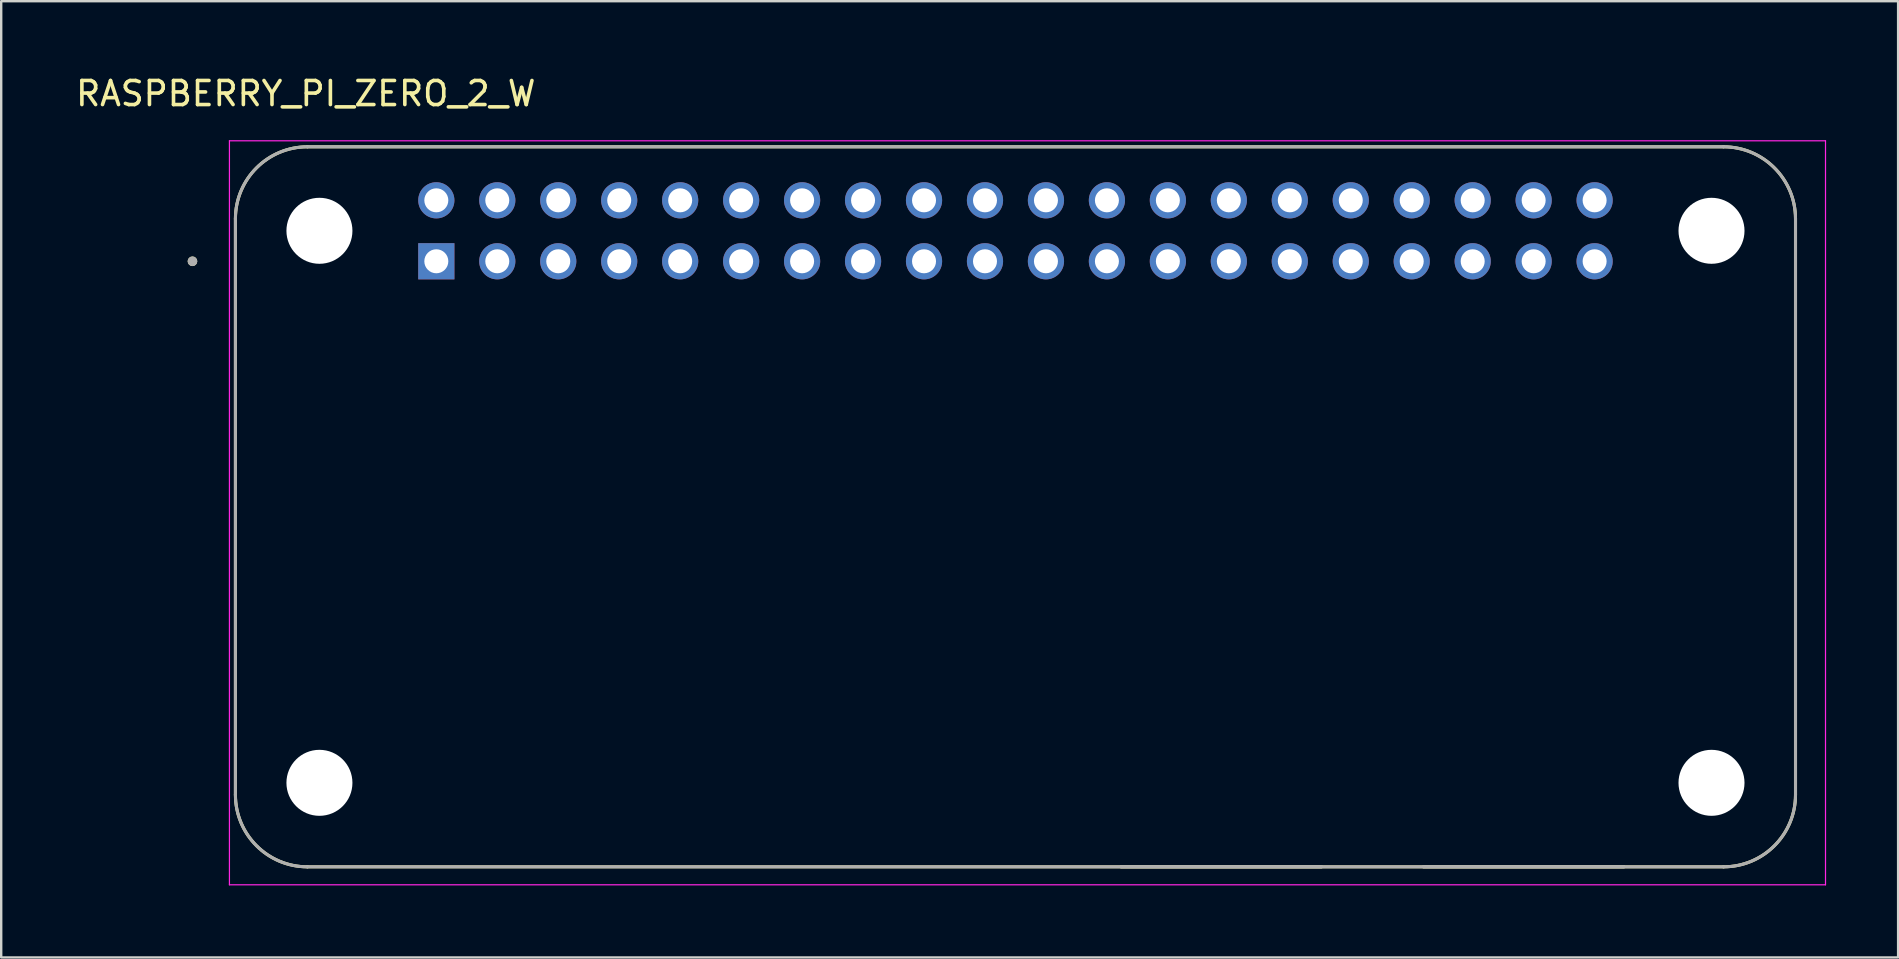
<source format=kicad_pcb>
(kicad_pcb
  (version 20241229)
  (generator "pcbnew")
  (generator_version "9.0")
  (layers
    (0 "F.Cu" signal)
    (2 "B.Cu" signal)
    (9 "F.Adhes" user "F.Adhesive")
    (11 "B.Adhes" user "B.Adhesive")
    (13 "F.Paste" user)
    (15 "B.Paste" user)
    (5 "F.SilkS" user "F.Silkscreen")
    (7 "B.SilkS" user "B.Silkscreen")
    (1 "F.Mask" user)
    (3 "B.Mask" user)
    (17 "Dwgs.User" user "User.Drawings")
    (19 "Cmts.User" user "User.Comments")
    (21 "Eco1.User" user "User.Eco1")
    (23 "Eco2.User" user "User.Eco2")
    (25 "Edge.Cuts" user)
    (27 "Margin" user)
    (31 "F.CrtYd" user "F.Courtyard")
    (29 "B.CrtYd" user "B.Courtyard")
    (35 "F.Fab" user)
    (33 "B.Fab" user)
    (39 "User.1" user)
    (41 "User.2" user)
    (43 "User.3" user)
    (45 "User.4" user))
  (footprint "RASPBERRY_PI_ZERO_2_W"
    (layer "F.Cu")
    (at 39.259 18.066)
    (property "Reference" "RASPBERRY_PI_ZERO_2_W" (at -29.569 -17.216 0) (layer "F.SilkS") (effects (font (size 1.002 1.002) (thickness 0.15))))
    (attr through_hole)
    (fp_line (start -32.5 -12) (end -32.5 12) (stroke (width 0.127) (type solid)) (layer "F.SilkS"))
    (fp_line (start -29.5 15) (end 29.5 15) (stroke (width 0.127) (type solid)) (layer "F.SilkS"))
    (fp_line (start 4.4 15) (end 12.75 15) (stroke (width 0.127) (type solid)) (layer "F.SilkS"))
    (fp_line (start 17 15) (end 25.35 15) (stroke (width 0.127) (type solid)) (layer "F.SilkS"))
    (fp_line (start 29.5 -15) (end -29.5 -15) (stroke (width 0.127) (type solid)) (layer "F.SilkS"))
    (fp_line (start 32.5 12) (end 32.5 -12) (stroke (width 0.127) (type solid)) (layer "F.SilkS"))
    (fp_arc (start -32.5 -12) (mid -31.62132 -14.12132) (end -29.5 -15) (stroke (width 0.127) (type solid)) (layer "F.SilkS"))
    (fp_arc (start -29.5 15) (mid -31.62132 14.12132) (end -32.5 12) (stroke (width 0.127) (type solid)) (layer "F.SilkS"))
    (fp_arc (start 29.5 -15) (mid 31.62132 -14.12132) (end 32.5 -12) (stroke (width 0.127) (type solid)) (layer "F.SilkS"))
    (fp_arc (start 32.5 12) (mid 31.62132 14.12132) (end 29.5 15) (stroke (width 0.127) (type solid)) (layer "F.SilkS"))
    (fp_circle (center -34.29 -10.23) (end -34.19 -10.23) (stroke (width 0.2) (type solid)) (fill no) (layer "F.SilkS"))
    (fp_line (start -32.75 -15.25) (end 33.75 -15.25) (stroke (width 0.05) (type solid)) (layer "F.CrtYd"))
    (fp_line (start -32.75 15.75) (end -32.75 -15.25) (stroke (width 0.05) (type solid)) (layer "F.CrtYd"))
    (fp_line (start 33.75 -15.25) (end 33.75 15.75) (stroke (width 0.05) (type solid)) (layer "F.CrtYd"))
    (fp_line (start 33.75 15.75) (end -32.75 15.75) (stroke (width 0.05) (type solid)) (layer "F.CrtYd"))
    (fp_line (start -32.5 -12) (end -32.5 12) (stroke (width 0.127) (type solid)) (layer "F.Fab"))
    (fp_line (start -29.5 15) (end 29.5 15) (stroke (width 0.127) (type solid)) (layer "F.Fab"))
    (fp_line (start 4.4 15) (end 12.75 15) (stroke (width 0.127) (type solid)) (layer "F.Fab"))
    (fp_line (start 17 15) (end 25.35 15) (stroke (width 0.127) (type solid)) (layer "F.Fab"))
    (fp_line (start 29.5 -15) (end -29.5 -15) (stroke (width 0.127) (type solid)) (layer "F.Fab"))
    (fp_line (start 32.5 12) (end 32.5 -12) (stroke (width 0.127) (type solid)) (layer "F.Fab"))
    (fp_arc (start -32.5 -12) (mid -31.62132 -14.12132) (end -29.5 -15) (stroke (width 0.127) (type solid)) (layer "F.Fab"))
    (fp_arc (start -29.5 15) (mid -31.62132 14.12132) (end -32.5 12) (stroke (width 0.127) (type solid)) (layer "F.Fab"))
    (fp_arc (start 29.5 -15) (mid 31.62132 -14.12132) (end 32.5 -12) (stroke (width 0.127) (type solid)) (layer "F.Fab"))
    (fp_arc (start 32.5 12) (mid 31.62132 14.12132) (end 29.5 15) (stroke (width 0.127) (type solid)) (layer "F.Fab"))
    (fp_circle (center -34.29 -10.23) (end -34.19 -10.23) (stroke (width 0.2) (type solid)) (fill no) (layer "F.Fab"))
    (pad "" np_thru_hole circle (at -29 -11.5) (size 2.75 2.75) (drill 2.75) (layers "*.Cu" "*.Mask"))
    (pad "" np_thru_hole circle (at -29 11.5) (size 2.75 2.75) (drill 2.75) (layers "*.Cu" "*.Mask"))
    (pad "" np_thru_hole circle (at 29 -11.5) (size 2.75 2.75) (drill 2.75) (layers "*.Cu" "*.Mask"))
    (pad "" np_thru_hole circle (at 29 11.5) (size 2.75 2.75) (drill 2.75) (layers "*.Cu" "*.Mask"))
    (pad "1" thru_hole rect (at -24.13 -10.23) (size 1.508 1.508) (drill 1) (layers "*.Cu" "*.Mask"))
    (pad "2" thru_hole circle (at -24.13 -12.77) (size 1.508 1.508) (drill 1) (layers "*.Cu" "*.Mask"))
    (pad "3" thru_hole circle (at -21.59 -10.23) (size 1.508 1.508) (drill 1) (layers "*.Cu" "*.Mask"))
    (pad "4" thru_hole circle (at -21.59 -12.77) (size 1.508 1.508) (drill 1) (layers "*.Cu" "*.Mask"))
    (pad "5" thru_hole circle (at -19.05 -10.23) (size 1.508 1.508) (drill 1) (layers "*.Cu" "*.Mask"))
    (pad "6" thru_hole circle (at -19.05 -12.77) (size 1.508 1.508) (drill 1) (layers "*.Cu" "*.Mask"))
    (pad "7" thru_hole circle (at -16.51 -10.23) (size 1.508 1.508) (drill 1) (layers "*.Cu" "*.Mask"))
    (pad "8" thru_hole circle (at -16.51 -12.77) (size 1.508 1.508) (drill 1) (layers "*.Cu" "*.Mask"))
    (pad "9" thru_hole circle (at -13.97 -10.23) (size 1.508 1.508) (drill 1) (layers "*.Cu" "*.Mask"))
    (pad "10" thru_hole circle (at -13.97 -12.77) (size 1.508 1.508) (drill 1) (layers "*.Cu" "*.Mask"))
    (pad "11" thru_hole circle (at -11.43 -10.23) (size 1.508 1.508) (drill 1) (layers "*.Cu" "*.Mask"))
    (pad "12" thru_hole circle (at -11.43 -12.77) (size 1.508 1.508) (drill 1) (layers "*.Cu" "*.Mask"))
    (pad "13" thru_hole circle (at -8.89 -10.23) (size 1.508 1.508) (drill 1) (layers "*.Cu" "*.Mask"))
    (pad "14" thru_hole circle (at -8.89 -12.77) (size 1.508 1.508) (drill 1) (layers "*.Cu" "*.Mask"))
    (pad "15" thru_hole circle (at -6.35 -10.23) (size 1.508 1.508) (drill 1) (layers "*.Cu" "*.Mask"))
    (pad "16" thru_hole circle (at -6.35 -12.77) (size 1.508 1.508) (drill 1) (layers "*.Cu" "*.Mask"))
    (pad "17" thru_hole circle (at -3.81 -10.23) (size 1.508 1.508) (drill 1) (layers "*.Cu" "*.Mask"))
    (pad "18" thru_hole circle (at -3.81 -12.77) (size 1.508 1.508) (drill 1) (layers "*.Cu" "*.Mask"))
    (pad "19" thru_hole circle (at -1.27 -10.23) (size 1.508 1.508) (drill 1) (layers "*.Cu" "*.Mask"))
    (pad "20" thru_hole circle (at -1.27 -12.77) (size 1.508 1.508) (drill 1) (layers "*.Cu" "*.Mask"))
    (pad "21" thru_hole circle (at 1.27 -10.23) (size 1.508 1.508) (drill 1) (layers "*.Cu" "*.Mask"))
    (pad "22" thru_hole circle (at 1.27 -12.77) (size 1.508 1.508) (drill 1) (layers "*.Cu" "*.Mask"))
    (pad "23" thru_hole circle (at 3.81 -10.23) (size 1.508 1.508) (drill 1) (layers "*.Cu" "*.Mask"))
    (pad "24" thru_hole circle (at 3.81 -12.77) (size 1.508 1.508) (drill 1) (layers "*.Cu" "*.Mask"))
    (pad "25" thru_hole circle (at 6.35 -10.23) (size 1.508 1.508) (drill 1) (layers "*.Cu" "*.Mask"))
    (pad "26" thru_hole circle (at 6.35 -12.77) (size 1.508 1.508) (drill 1) (layers "*.Cu" "*.Mask"))
    (pad "27" thru_hole circle (at 8.89 -10.23) (size 1.508 1.508) (drill 1) (layers "*.Cu" "*.Mask"))
    (pad "28" thru_hole circle (at 8.89 -12.77) (size 1.508 1.508) (drill 1) (layers "*.Cu" "*.Mask"))
    (pad "29" thru_hole circle (at 11.43 -10.23) (size 1.508 1.508) (drill 1) (layers "*.Cu" "*.Mask"))
    (pad "30" thru_hole circle (at 11.43 -12.77) (size 1.508 1.508) (drill 1) (layers "*.Cu" "*.Mask"))
    (pad "31" thru_hole circle (at 13.97 -10.23) (size 1.508 1.508) (drill 1) (layers "*.Cu" "*.Mask"))
    (pad "32" thru_hole circle (at 13.97 -12.77) (size 1.508 1.508) (drill 1) (layers "*.Cu" "*.Mask"))
    (pad "33" thru_hole circle (at 16.51 -10.23) (size 1.508 1.508) (drill 1) (layers "*.Cu" "*.Mask"))
    (pad "34" thru_hole circle (at 16.51 -12.77) (size 1.508 1.508) (drill 1) (layers "*.Cu" "*.Mask"))
    (pad "35" thru_hole circle (at 19.05 -10.23) (size 1.508 1.508) (drill 1) (layers "*.Cu" "*.Mask"))
    (pad "36" thru_hole circle (at 19.05 -12.77) (size 1.508 1.508) (drill 1) (layers "*.Cu" "*.Mask"))
    (pad "37" thru_hole circle (at 21.59 -10.23) (size 1.508 1.508) (drill 1) (layers "*.Cu" "*.Mask"))
    (pad "38" thru_hole circle (at 21.59 -12.77) (size 1.508 1.508) (drill 1) (layers "*.Cu" "*.Mask"))
    (pad "39" thru_hole circle (at 24.13 -10.23) (size 1.508 1.508) (drill 1) (layers "*.Cu" "*.Mask"))
    (pad "40" thru_hole circle (at 24.13 -12.77) (size 1.508 1.508) (drill 1) (layers "*.Cu" "*.Mask")))
  (gr_rect
    (start -3 -3)
    (end 76.034 36.841)
    (stroke (width 0.1) (type default))
    (fill no)
    (layer "Edge.Cuts")))
</source>
